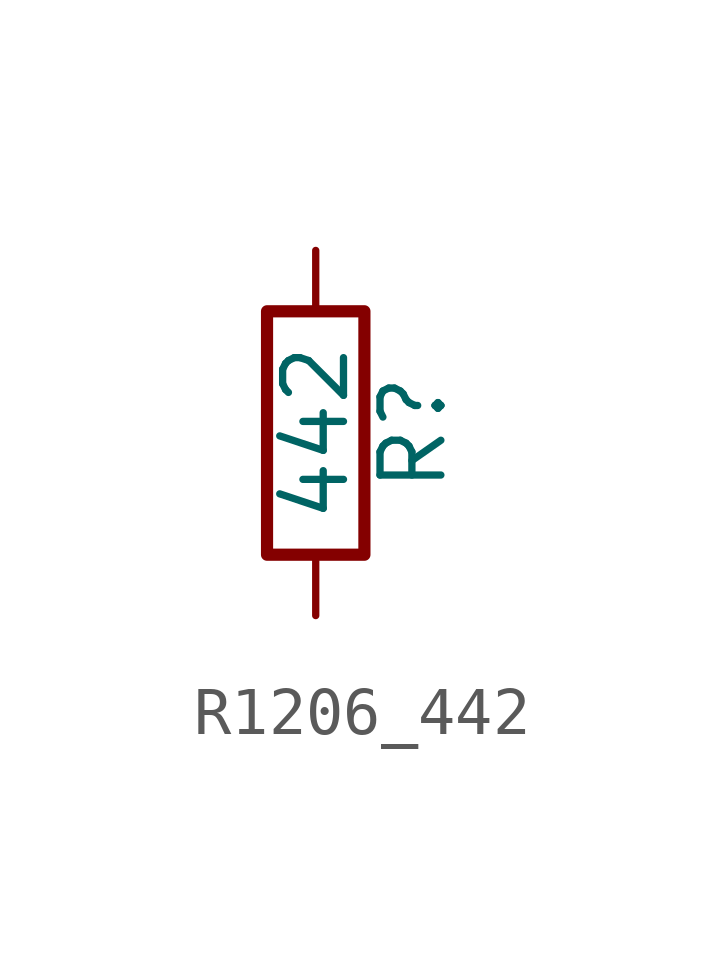
<source format=kicad_sym>
(kicad_symbol_lib
  (version 20211014)
  (generator atlantix-eda)
  (symbol "R1206_442"
    (pin_numbers hide)
    (pin_names
      (offset 0))
    (property "Reference" "R"
      (at 2.032 0 90)
      (effects (font (size 1.27 1.27))))
    (property "Value" "442"
      (at 0 0 90)
      (effects (font (size 1.27 1.27))))
    (symbol "R1206_442_0_1"
      (rectangle (start -1.016 -2.54) (end 1.016 2.54) (stroke (width 0.254) (type default) (color 0 0 0 0)) (fill (type none))))
    (symbol "R1206_442_1_1"
      (pin passive line (at 0 3.81 270) (length 1.27) (name "~" (effects (font (size 1.27 1.27)))) (number "1" (effects (font (size 1.27 1.27)))))
      (pin passive line (at 0 -3.81 90) (length 1.27) (name "~" (effects (font (size 1.27 1.27)))) (number "2" (effects (font (size 1.27 1.27))))))))
</source>
